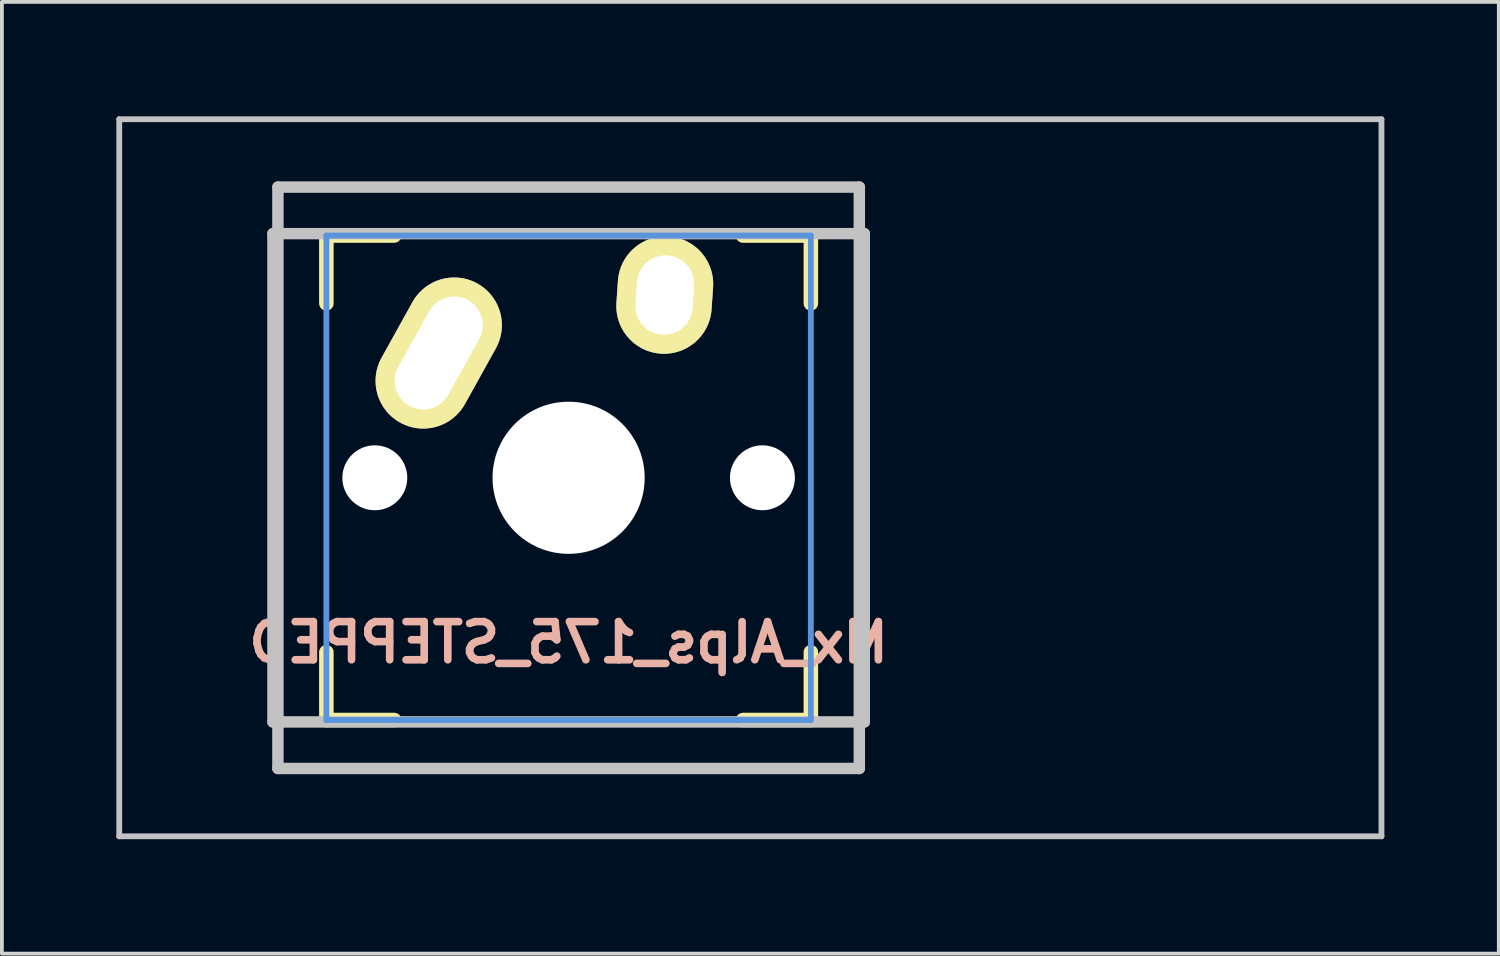
<source format=kicad_pcb>
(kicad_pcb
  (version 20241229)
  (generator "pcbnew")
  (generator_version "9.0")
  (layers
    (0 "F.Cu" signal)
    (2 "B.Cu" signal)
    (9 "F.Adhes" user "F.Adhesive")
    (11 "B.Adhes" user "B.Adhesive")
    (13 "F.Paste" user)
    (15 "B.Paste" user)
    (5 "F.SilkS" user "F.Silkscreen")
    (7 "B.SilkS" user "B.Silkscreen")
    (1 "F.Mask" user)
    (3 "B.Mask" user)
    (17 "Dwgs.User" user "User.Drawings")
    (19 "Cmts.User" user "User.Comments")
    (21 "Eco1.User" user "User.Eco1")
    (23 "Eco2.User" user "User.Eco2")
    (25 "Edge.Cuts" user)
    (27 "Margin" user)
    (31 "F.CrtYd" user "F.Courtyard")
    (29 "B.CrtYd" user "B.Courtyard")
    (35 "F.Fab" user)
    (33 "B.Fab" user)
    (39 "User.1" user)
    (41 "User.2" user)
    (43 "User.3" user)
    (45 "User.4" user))
  (footprint "Mx_Alps_175_STEPPED"
    (layer "F.Cu")
    (at 11.855 9.474)
    (property "Reference" "Mx_Alps_175_STEPPED" (at 0 4.318 0) (layer "B.SilkS") (effects (font (size 1 1) (thickness 0.2)) (justify mirror)))
    (attr through_hole)
    (fp_line (start -6.35 -6.35) (end -4.572 -6.35) (stroke (width 0.381) (type solid)) (layer "F.SilkS"))
    (fp_line (start -6.35 -4.572) (end -6.35 -6.35) (stroke (width 0.381) (type solid)) (layer "F.SilkS"))
    (fp_line (start -6.35 6.35) (end -6.35 4.572) (stroke (width 0.381) (type solid)) (layer "F.SilkS"))
    (fp_line (start -4.572 6.35) (end -6.35 6.35) (stroke (width 0.381) (type solid)) (layer "F.SilkS"))
    (fp_line (start 4.572 -6.35) (end 6.35 -6.35) (stroke (width 0.381) (type solid)) (layer "F.SilkS"))
    (fp_line (start 6.35 -6.35) (end 6.35 -4.572) (stroke (width 0.381) (type solid)) (layer "F.SilkS"))
    (fp_line (start 6.35 4.572) (end 6.35 6.35) (stroke (width 0.381) (type solid)) (layer "F.SilkS"))
    (fp_line (start 6.35 6.35) (end 4.572 6.35) (stroke (width 0.381) (type solid)) (layer "F.SilkS"))
    (fp_line (start -11.779 -9.398) (end 21.307 -9.398) (stroke (width 0.152) (type solid)) (layer "Dwgs.User"))
    (fp_line (start -11.779 9.398) (end -11.779 -9.398) (stroke (width 0.152) (type solid)) (layer "Dwgs.User"))
    (fp_line (start -7.75 6.4) (end -7.75 -6.4) (stroke (width 0.3) (type solid)) (layer "Dwgs.User"))
    (fp_line (start -7.75 6.4) (end 7.75 6.4) (stroke (width 0.3) (type solid)) (layer "Dwgs.User"))
    (fp_line (start -7.62 -7.62) (end 7.62 -7.62) (stroke (width 0.3) (type solid)) (layer "Dwgs.User"))
    (fp_line (start -7.62 7.62) (end -7.62 -7.62) (stroke (width 0.3) (type solid)) (layer "Dwgs.User"))
    (fp_line (start 7.62 -7.62) (end 7.62 7.62) (stroke (width 0.3) (type solid)) (layer "Dwgs.User"))
    (fp_line (start 7.62 7.62) (end -7.62 7.62) (stroke (width 0.3) (type solid)) (layer "Dwgs.User"))
    (fp_line (start 7.75 -6.4) (end -7.75 -6.4) (stroke (width 0.3) (type solid)) (layer "Dwgs.User"))
    (fp_line (start 7.75 6.4) (end 7.75 -6.4) (stroke (width 0.3) (type solid)) (layer "Dwgs.User"))
    (fp_line (start 21.307 -9.398) (end 21.307 9.398) (stroke (width 0.152) (type solid)) (layer "Dwgs.User"))
    (fp_line (start 21.307 9.398) (end -11.779 9.398) (stroke (width 0.152) (type solid)) (layer "Dwgs.User"))
    (fp_line (start -6.35 -6.35) (end 6.35 -6.35) (stroke (width 0.152) (type solid)) (layer "Cmts.User"))
    (fp_line (start -6.35 6.35) (end -6.35 -6.35) (stroke (width 0.152) (type solid)) (layer "Cmts.User"))
    (fp_line (start 6.35 -6.35) (end 6.35 6.35) (stroke (width 0.152) (type solid)) (layer "Cmts.User"))
    (fp_line (start 6.35 6.35) (end -6.35 6.35) (stroke (width 0.152) (type solid)) (layer "Cmts.User"))
    (fp_line (start -6.985 -6.985) (end 6.985 -6.985) (stroke (width 0.152) (type solid)) (layer "Eco2.User"))
    (fp_line (start -6.985 6.985) (end -6.985 -6.985) (stroke (width 0.152) (type solid)) (layer "Eco2.User"))
    (fp_line (start 6.985 -6.985) (end 6.985 6.985) (stroke (width 0.152) (type solid)) (layer "Eco2.User"))
    (fp_line (start 6.985 6.985) (end -6.985 6.985) (stroke (width 0.152) (type solid)) (layer "Eco2.User"))
    (pad "" np_thru_hole circle (at -5.08 0) (size 1.702 1.702) (drill 1.702) (layers "*.Cu"))
    (pad "" np_thru_hole circle (at 0 0) (size 3.988 3.988) (drill 3.988) (layers "*.Cu"))
    (pad "" np_thru_hole circle (at 5.08 0) (size 1.702 1.702) (drill 1.702) (layers "*.Cu"))
    (pad "1" thru_hole oval (at -3.405 -3.27 330.95) (size 2.5 4.17) (drill oval 1.5 3.17) (layers "*.Cu" "*.Mask" "F.SilkS"))
    (pad "2" thru_hole oval (at 2.52 -4.79 356.1) (size 2.5 3.08) (drill oval 1.5 2.08) (layers "*.Cu" "*.Mask" "F.SilkS")))
  (gr_rect
    (start -3 -3)
    (end 36.238 21.948)
    (stroke (width 0.1) (type default))
    (fill no)
    (layer "Edge.Cuts")))
</source>
